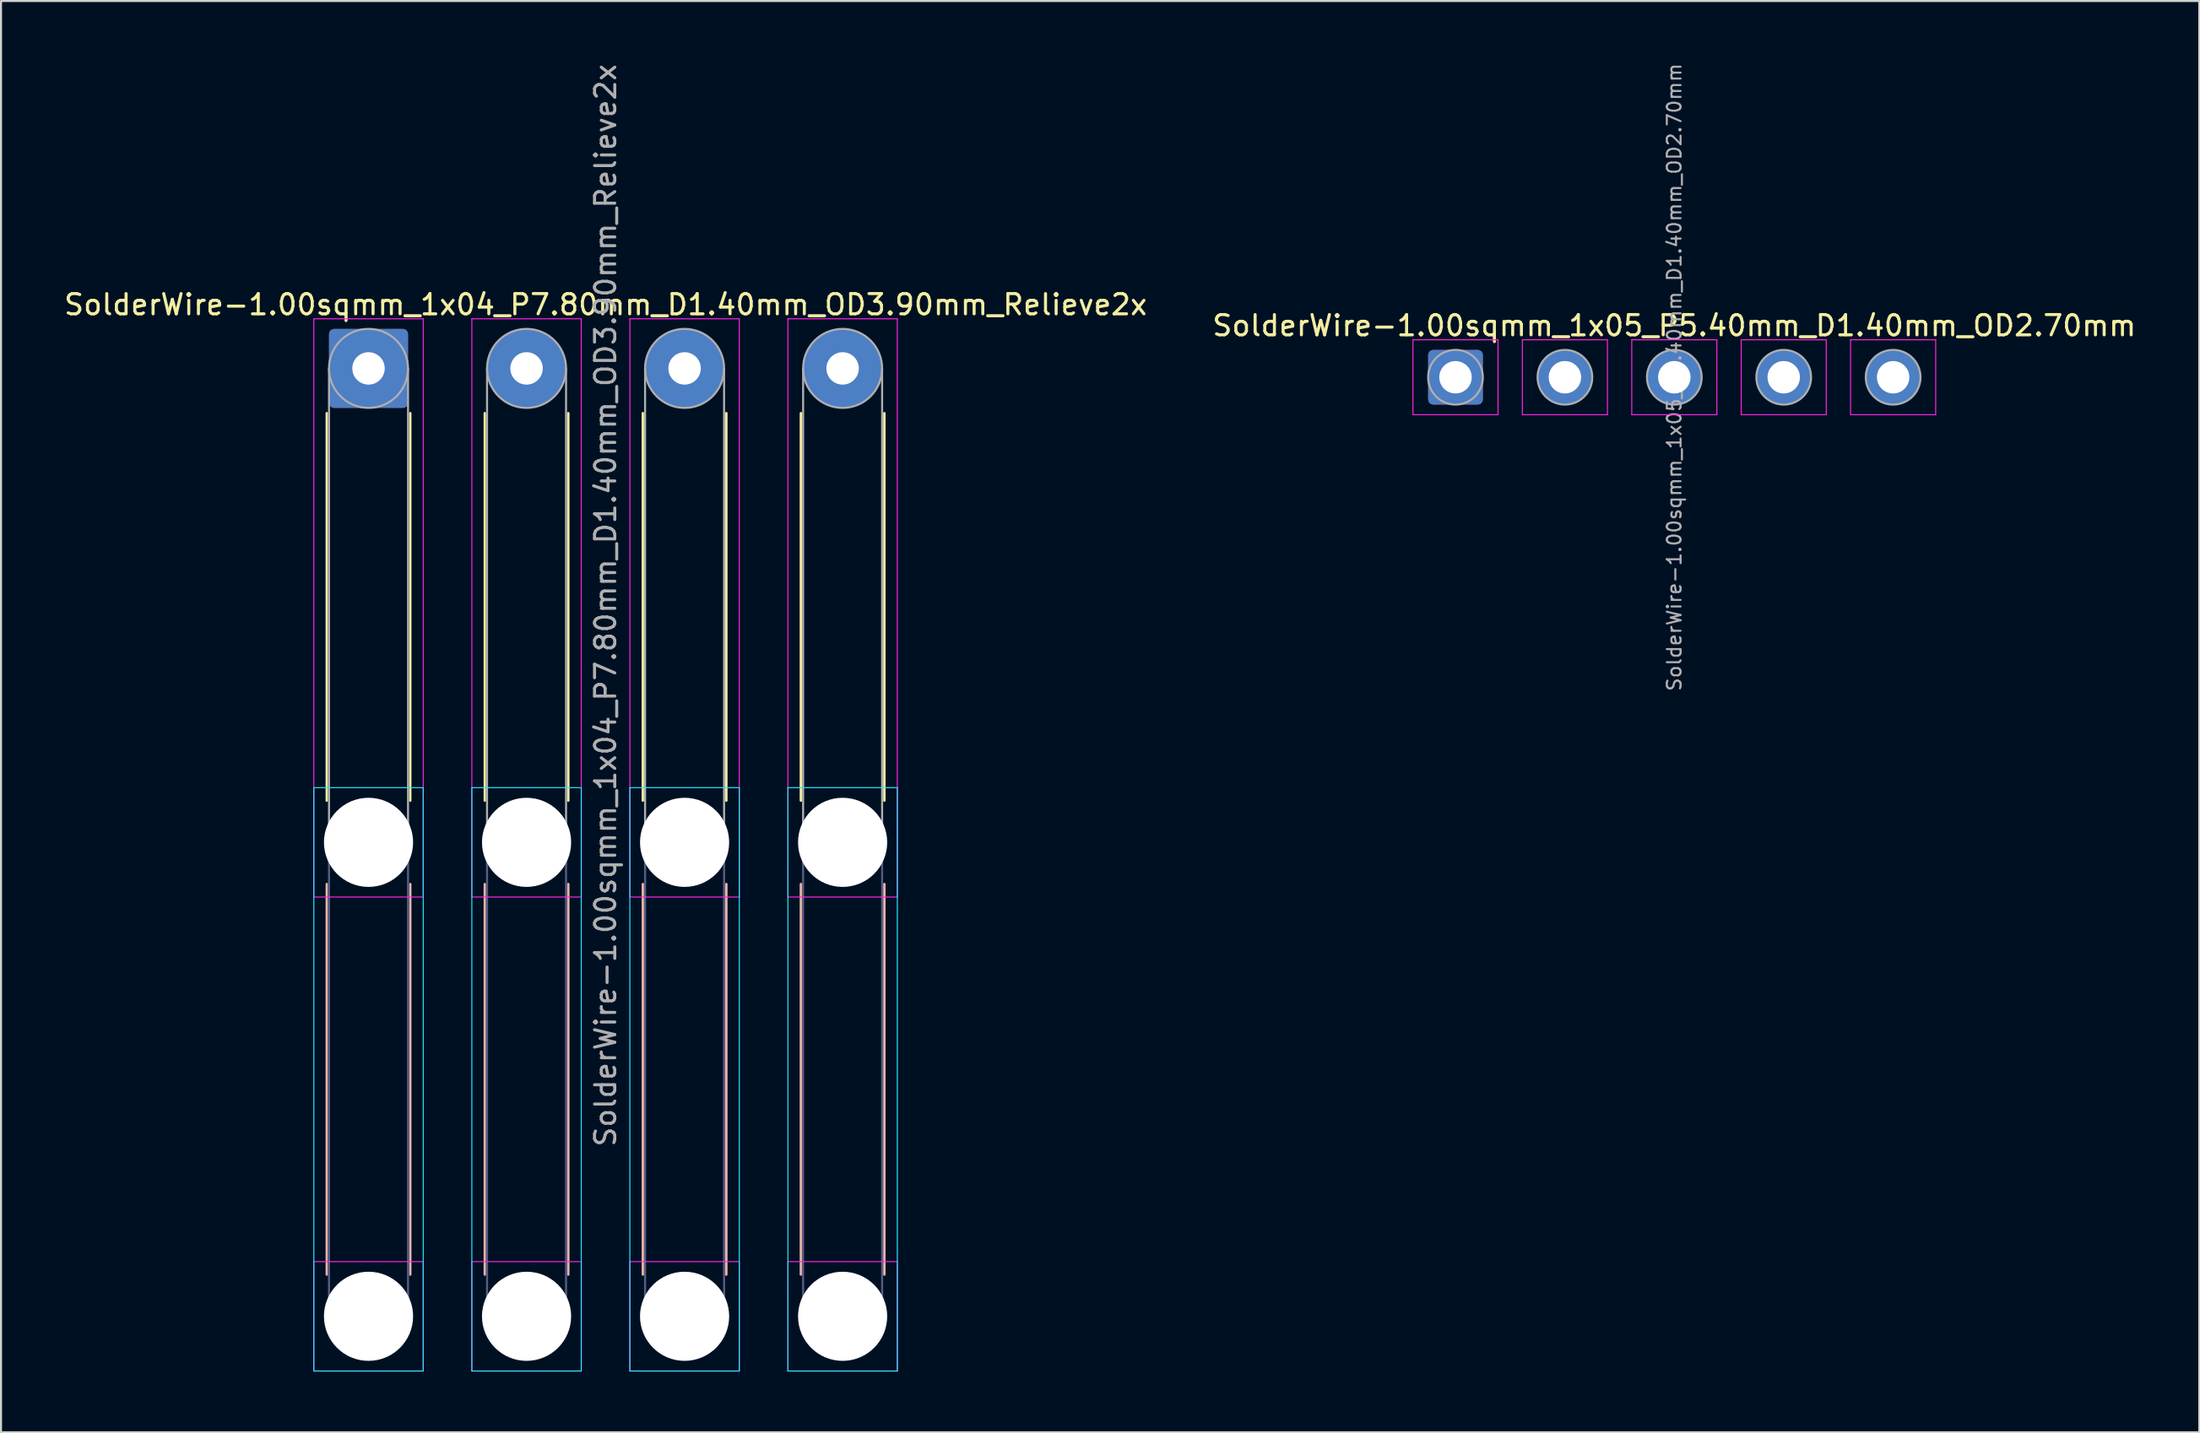
<source format=kicad_pcb>
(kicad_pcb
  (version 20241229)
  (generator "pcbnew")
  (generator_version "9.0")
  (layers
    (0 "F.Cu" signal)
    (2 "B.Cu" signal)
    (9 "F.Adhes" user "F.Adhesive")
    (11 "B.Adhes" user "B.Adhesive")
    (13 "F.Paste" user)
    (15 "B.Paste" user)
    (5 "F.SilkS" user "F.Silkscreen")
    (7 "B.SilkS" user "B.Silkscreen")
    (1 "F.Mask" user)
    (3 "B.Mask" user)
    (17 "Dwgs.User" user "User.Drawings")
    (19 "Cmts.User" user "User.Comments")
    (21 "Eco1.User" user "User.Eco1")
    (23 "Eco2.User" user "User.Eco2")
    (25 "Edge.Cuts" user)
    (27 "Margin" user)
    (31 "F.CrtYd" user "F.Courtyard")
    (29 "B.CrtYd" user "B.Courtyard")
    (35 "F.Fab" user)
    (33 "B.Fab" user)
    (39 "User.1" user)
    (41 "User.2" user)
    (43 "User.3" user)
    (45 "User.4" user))
  (footprint "SolderWire-1.00sqmm_1x05_P5.40mm_D1.40mm_OD2.70mm"
    (layer "F.Cu")
    (at 68.789 15.576)
    (property "Reference" "SolderWire-1.00sqmm_1x05_P5.40mm_D1.40mm_OD2.70mm" (at 10.8 -2.55 0) (layer "F.SilkS") (effects (font (size 1 1) (thickness 0.15))))
    (attr exclude_from_pos_files exclude_from_bom)
    (fp_line (start -2.1 -1.85) (end -2.1 1.85) (stroke (width 0.05) (type solid)) (layer "F.CrtYd"))
    (fp_line (start -2.1 1.85) (end 2.1 1.85) (stroke (width 0.05) (type solid)) (layer "F.CrtYd"))
    (fp_line (start 2.1 -1.85) (end -2.1 -1.85) (stroke (width 0.05) (type solid)) (layer "F.CrtYd"))
    (fp_line (start 2.1 1.85) (end 2.1 -1.85) (stroke (width 0.05) (type solid)) (layer "F.CrtYd"))
    (fp_line (start 3.3 -1.85) (end 3.3 1.85) (stroke (width 0.05) (type solid)) (layer "F.CrtYd"))
    (fp_line (start 3.3 1.85) (end 7.5 1.85) (stroke (width 0.05) (type solid)) (layer "F.CrtYd"))
    (fp_line (start 7.5 -1.85) (end 3.3 -1.85) (stroke (width 0.05) (type solid)) (layer "F.CrtYd"))
    (fp_line (start 7.5 1.85) (end 7.5 -1.85) (stroke (width 0.05) (type solid)) (layer "F.CrtYd"))
    (fp_line (start 8.7 -1.85) (end 8.7 1.85) (stroke (width 0.05) (type solid)) (layer "F.CrtYd"))
    (fp_line (start 8.7 1.85) (end 12.9 1.85) (stroke (width 0.05) (type solid)) (layer "F.CrtYd"))
    (fp_line (start 12.9 -1.85) (end 8.7 -1.85) (stroke (width 0.05) (type solid)) (layer "F.CrtYd"))
    (fp_line (start 12.9 1.85) (end 12.9 -1.85) (stroke (width 0.05) (type solid)) (layer "F.CrtYd"))
    (fp_line (start 14.1 -1.85) (end 14.1 1.85) (stroke (width 0.05) (type solid)) (layer "F.CrtYd"))
    (fp_line (start 14.1 1.85) (end 18.3 1.85) (stroke (width 0.05) (type solid)) (layer "F.CrtYd"))
    (fp_line (start 18.3 -1.85) (end 14.1 -1.85) (stroke (width 0.05) (type solid)) (layer "F.CrtYd"))
    (fp_line (start 18.3 1.85) (end 18.3 -1.85) (stroke (width 0.05) (type solid)) (layer "F.CrtYd"))
    (fp_line (start 19.5 -1.85) (end 19.5 1.85) (stroke (width 0.05) (type solid)) (layer "F.CrtYd"))
    (fp_line (start 19.5 1.85) (end 23.7 1.85) (stroke (width 0.05) (type solid)) (layer "F.CrtYd"))
    (fp_line (start 23.7 -1.85) (end 19.5 -1.85) (stroke (width 0.05) (type solid)) (layer "F.CrtYd"))
    (fp_line (start 23.7 1.85) (end 23.7 -1.85) (stroke (width 0.05) (type solid)) (layer "F.CrtYd"))
    (fp_circle (center 0 0) (end 1.35 0) (stroke (width 0.1) (type solid)) (fill no) (layer "F.Fab"))
    (fp_circle (center 5.4 0) (end 6.75 0) (stroke (width 0.1) (type solid)) (fill no) (layer "F.Fab"))
    (fp_circle (center 10.8 0) (end 12.15 0) (stroke (width 0.1) (type solid)) (fill no) (layer "F.Fab"))
    (fp_circle (center 16.2 0) (end 17.55 0) (stroke (width 0.1) (type solid)) (fill no) (layer "F.Fab"))
    (fp_circle (center 21.6 0) (end 22.95 0) (stroke (width 0.1) (type solid)) (fill no) (layer "F.Fab"))
    (fp_text user "${REFERENCE}" (at 10.8 0 90) (layer "F.Fab") (effects (font (size 0.68 0.68) (thickness 0.1))))
    (pad "1" thru_hole roundrect (at 0 0) (size 2.7 2.7) (drill 1.6) (layers "*.Cu" "*.Mask") (roundrect_rratio 0.093))
    (pad "2" thru_hole circle (at 5.4 0) (size 2.7 2.7) (drill 1.6) (layers "*.Cu" "*.Mask"))
    (pad "3" thru_hole circle (at 10.8 0) (size 2.7 2.7) (drill 1.6) (layers "*.Cu" "*.Mask"))
    (pad "4" thru_hole circle (at 16.2 0) (size 2.7 2.7) (drill 1.6) (layers "*.Cu" "*.Mask"))
    (pad "5" thru_hole circle (at 21.6 0) (size 2.7 2.7) (drill 1.6) (layers "*.Cu" "*.Mask")))
  (footprint "SolderWire-1.00sqmm_1x04_P7.80mm_D1.40mm_OD3.90mm_Relieve2x"
    (layer "F.Cu")
    (at 15.139 15.139)
    (property "Reference" "SolderWire-1.00sqmm_1x04_P7.80mm_D1.40mm_OD3.90mm_Relieve2x" (at 11.7 -3.15 0) (layer "F.SilkS") (effects (font (size 1 1) (thickness 0.15))))
    (attr exclude_from_pos_files exclude_from_bom)
    (fp_line (start -2.06 2.21) (end -2.06 21.34) (stroke (width 0.12) (type solid)) (layer "F.SilkS"))
    (fp_line (start 2.06 2.21) (end 2.06 21.34) (stroke (width 0.12) (type solid)) (layer "F.SilkS"))
    (fp_line (start 5.74 2.21) (end 5.74 21.34) (stroke (width 0.12) (type solid)) (layer "F.SilkS"))
    (fp_line (start 9.86 2.21) (end 9.86 21.34) (stroke (width 0.12) (type solid)) (layer "F.SilkS"))
    (fp_line (start 13.54 2.21) (end 13.54 21.34) (stroke (width 0.12) (type solid)) (layer "F.SilkS"))
    (fp_line (start 17.66 2.21) (end 17.66 21.34) (stroke (width 0.12) (type solid)) (layer "F.SilkS"))
    (fp_line (start 21.34 2.21) (end 21.34 21.34) (stroke (width 0.12) (type solid)) (layer "F.SilkS"))
    (fp_line (start 25.46 2.21) (end 25.46 21.34) (stroke (width 0.12) (type solid)) (layer "F.SilkS"))
    (fp_line (start -2.06 25.46) (end -2.06 44.74) (stroke (width 0.12) (type solid)) (layer "B.SilkS"))
    (fp_line (start 2.06 25.46) (end 2.06 44.74) (stroke (width 0.12) (type solid)) (layer "B.SilkS"))
    (fp_line (start 5.74 25.46) (end 5.74 44.74) (stroke (width 0.12) (type solid)) (layer "B.SilkS"))
    (fp_line (start 9.86 25.46) (end 9.86 44.74) (stroke (width 0.12) (type solid)) (layer "B.SilkS"))
    (fp_line (start 13.54 25.46) (end 13.54 44.74) (stroke (width 0.12) (type solid)) (layer "B.SilkS"))
    (fp_line (start 17.66 25.46) (end 17.66 44.74) (stroke (width 0.12) (type solid)) (layer "B.SilkS"))
    (fp_line (start 21.34 25.46) (end 21.34 44.74) (stroke (width 0.12) (type solid)) (layer "B.SilkS"))
    (fp_line (start 25.46 25.46) (end 25.46 44.74) (stroke (width 0.12) (type solid)) (layer "B.SilkS"))
    (fp_line (start -2.7 20.7) (end -2.7 49.5) (stroke (width 0.05) (type solid)) (layer "B.CrtYd"))
    (fp_line (start -2.7 49.5) (end 2.7 49.5) (stroke (width 0.05) (type solid)) (layer "B.CrtYd"))
    (fp_line (start 2.7 20.7) (end -2.7 20.7) (stroke (width 0.05) (type solid)) (layer "B.CrtYd"))
    (fp_line (start 2.7 49.5) (end 2.7 20.7) (stroke (width 0.05) (type solid)) (layer "B.CrtYd"))
    (fp_line (start 5.1 20.7) (end 5.1 49.5) (stroke (width 0.05) (type solid)) (layer "B.CrtYd"))
    (fp_line (start 5.1 49.5) (end 10.5 49.5) (stroke (width 0.05) (type solid)) (layer "B.CrtYd"))
    (fp_line (start 10.5 20.7) (end 5.1 20.7) (stroke (width 0.05) (type solid)) (layer "B.CrtYd"))
    (fp_line (start 10.5 49.5) (end 10.5 20.7) (stroke (width 0.05) (type solid)) (layer "B.CrtYd"))
    (fp_line (start 12.9 20.7) (end 12.9 49.5) (stroke (width 0.05) (type solid)) (layer "B.CrtYd"))
    (fp_line (start 12.9 49.5) (end 18.3 49.5) (stroke (width 0.05) (type solid)) (layer "B.CrtYd"))
    (fp_line (start 18.3 20.7) (end 12.9 20.7) (stroke (width 0.05) (type solid)) (layer "B.CrtYd"))
    (fp_line (start 18.3 49.5) (end 18.3 20.7) (stroke (width 0.05) (type solid)) (layer "B.CrtYd"))
    (fp_line (start 20.7 20.7) (end 20.7 49.5) (stroke (width 0.05) (type solid)) (layer "B.CrtYd"))
    (fp_line (start 20.7 49.5) (end 26.1 49.5) (stroke (width 0.05) (type solid)) (layer "B.CrtYd"))
    (fp_line (start 26.1 20.7) (end 20.7 20.7) (stroke (width 0.05) (type solid)) (layer "B.CrtYd"))
    (fp_line (start 26.1 49.5) (end 26.1 20.7) (stroke (width 0.05) (type solid)) (layer "B.CrtYd"))
    (fp_line (start -2.7 -2.45) (end -2.7 26.1) (stroke (width 0.05) (type solid)) (layer "F.CrtYd"))
    (fp_line (start -2.7 26.1) (end 2.7 26.1) (stroke (width 0.05) (type solid)) (layer "F.CrtYd"))
    (fp_line (start -2.7 44.1) (end -2.7 49.5) (stroke (width 0.05) (type solid)) (layer "F.CrtYd"))
    (fp_line (start -2.7 49.5) (end 2.7 49.5) (stroke (width 0.05) (type solid)) (layer "F.CrtYd"))
    (fp_line (start 2.7 -2.45) (end -2.7 -2.45) (stroke (width 0.05) (type solid)) (layer "F.CrtYd"))
    (fp_line (start 2.7 26.1) (end 2.7 -2.45) (stroke (width 0.05) (type solid)) (layer "F.CrtYd"))
    (fp_line (start 2.7 44.1) (end -2.7 44.1) (stroke (width 0.05) (type solid)) (layer "F.CrtYd"))
    (fp_line (start 2.7 49.5) (end 2.7 44.1) (stroke (width 0.05) (type solid)) (layer "F.CrtYd"))
    (fp_line (start 5.1 -2.45) (end 5.1 26.1) (stroke (width 0.05) (type solid)) (layer "F.CrtYd"))
    (fp_line (start 5.1 26.1) (end 10.5 26.1) (stroke (width 0.05) (type solid)) (layer "F.CrtYd"))
    (fp_line (start 5.1 44.1) (end 5.1 49.5) (stroke (width 0.05) (type solid)) (layer "F.CrtYd"))
    (fp_line (start 5.1 49.5) (end 10.5 49.5) (stroke (width 0.05) (type solid)) (layer "F.CrtYd"))
    (fp_line (start 10.5 -2.45) (end 5.1 -2.45) (stroke (width 0.05) (type solid)) (layer "F.CrtYd"))
    (fp_line (start 10.5 26.1) (end 10.5 -2.45) (stroke (width 0.05) (type solid)) (layer "F.CrtYd"))
    (fp_line (start 10.5 44.1) (end 5.1 44.1) (stroke (width 0.05) (type solid)) (layer "F.CrtYd"))
    (fp_line (start 10.5 49.5) (end 10.5 44.1) (stroke (width 0.05) (type solid)) (layer "F.CrtYd"))
    (fp_line (start 12.9 -2.45) (end 12.9 26.1) (stroke (width 0.05) (type solid)) (layer "F.CrtYd"))
    (fp_line (start 12.9 26.1) (end 18.3 26.1) (stroke (width 0.05) (type solid)) (layer "F.CrtYd"))
    (fp_line (start 12.9 44.1) (end 12.9 49.5) (stroke (width 0.05) (type solid)) (layer "F.CrtYd"))
    (fp_line (start 12.9 49.5) (end 18.3 49.5) (stroke (width 0.05) (type solid)) (layer "F.CrtYd"))
    (fp_line (start 18.3 -2.45) (end 12.9 -2.45) (stroke (width 0.05) (type solid)) (layer "F.CrtYd"))
    (fp_line (start 18.3 26.1) (end 18.3 -2.45) (stroke (width 0.05) (type solid)) (layer "F.CrtYd"))
    (fp_line (start 18.3 44.1) (end 12.9 44.1) (stroke (width 0.05) (type solid)) (layer "F.CrtYd"))
    (fp_line (start 18.3 49.5) (end 18.3 44.1) (stroke (width 0.05) (type solid)) (layer "F.CrtYd"))
    (fp_line (start 20.7 -2.45) (end 20.7 26.1) (stroke (width 0.05) (type solid)) (layer "F.CrtYd"))
    (fp_line (start 20.7 26.1) (end 26.1 26.1) (stroke (width 0.05) (type solid)) (layer "F.CrtYd"))
    (fp_line (start 20.7 44.1) (end 20.7 49.5) (stroke (width 0.05) (type solid)) (layer "F.CrtYd"))
    (fp_line (start 20.7 49.5) (end 26.1 49.5) (stroke (width 0.05) (type solid)) (layer "F.CrtYd"))
    (fp_line (start 26.1 -2.45) (end 20.7 -2.45) (stroke (width 0.05) (type solid)) (layer "F.CrtYd"))
    (fp_line (start 26.1 26.1) (end 26.1 -2.45) (stroke (width 0.05) (type solid)) (layer "F.CrtYd"))
    (fp_line (start 26.1 44.1) (end 20.7 44.1) (stroke (width 0.05) (type solid)) (layer "F.CrtYd"))
    (fp_line (start 26.1 49.5) (end 26.1 44.1) (stroke (width 0.05) (type solid)) (layer "F.CrtYd"))
    (fp_line (start -1.95 23.4) (end -1.95 46.8) (stroke (width 0.1) (type solid)) (layer "B.Fab"))
    (fp_line (start 1.95 23.4) (end 1.95 46.8) (stroke (width 0.1) (type solid)) (layer "B.Fab"))
    (fp_line (start 5.85 23.4) (end 5.85 46.8) (stroke (width 0.1) (type solid)) (layer "B.Fab"))
    (fp_line (start 9.75 23.4) (end 9.75 46.8) (stroke (width 0.1) (type solid)) (layer "B.Fab"))
    (fp_line (start 13.65 23.4) (end 13.65 46.8) (stroke (width 0.1) (type solid)) (layer "B.Fab"))
    (fp_line (start 17.55 23.4) (end 17.55 46.8) (stroke (width 0.1) (type solid)) (layer "B.Fab"))
    (fp_line (start 21.45 23.4) (end 21.45 46.8) (stroke (width 0.1) (type solid)) (layer "B.Fab"))
    (fp_line (start 25.35 23.4) (end 25.35 46.8) (stroke (width 0.1) (type solid)) (layer "B.Fab"))
    (fp_circle (center 0 23.4) (end 1.95 23.4) (stroke (width 0.1) (type solid)) (fill no) (layer "B.Fab"))
    (fp_circle (center 0 46.8) (end 1.95 46.8) (stroke (width 0.1) (type solid)) (fill no) (layer "B.Fab"))
    (fp_circle (center 7.8 23.4) (end 9.75 23.4) (stroke (width 0.1) (type solid)) (fill no) (layer "B.Fab"))
    (fp_circle (center 7.8 46.8) (end 9.75 46.8) (stroke (width 0.1) (type solid)) (fill no) (layer "B.Fab"))
    (fp_circle (center 15.6 23.4) (end 17.55 23.4) (stroke (width 0.1) (type solid)) (fill no) (layer "B.Fab"))
    (fp_circle (center 15.6 46.8) (end 17.55 46.8) (stroke (width 0.1) (type solid)) (fill no) (layer "B.Fab"))
    (fp_circle (center 23.4 23.4) (end 25.35 23.4) (stroke (width 0.1) (type solid)) (fill no) (layer "B.Fab"))
    (fp_circle (center 23.4 46.8) (end 25.35 46.8) (stroke (width 0.1) (type solid)) (fill no) (layer "B.Fab"))
    (fp_line (start -1.95 0) (end -1.95 23.4) (stroke (width 0.1) (type solid)) (layer "F.Fab"))
    (fp_line (start 1.95 0) (end 1.95 23.4) (stroke (width 0.1) (type solid)) (layer "F.Fab"))
    (fp_line (start 5.85 0) (end 5.85 23.4) (stroke (width 0.1) (type solid)) (layer "F.Fab"))
    (fp_line (start 9.75 0) (end 9.75 23.4) (stroke (width 0.1) (type solid)) (layer "F.Fab"))
    (fp_line (start 13.65 0) (end 13.65 23.4) (stroke (width 0.1) (type solid)) (layer "F.Fab"))
    (fp_line (start 17.55 0) (end 17.55 23.4) (stroke (width 0.1) (type solid)) (layer "F.Fab"))
    (fp_line (start 21.45 0) (end 21.45 23.4) (stroke (width 0.1) (type solid)) (layer "F.Fab"))
    (fp_line (start 25.35 0) (end 25.35 23.4) (stroke (width 0.1) (type solid)) (layer "F.Fab"))
    (fp_circle (center 0 0) (end 1.95 0) (stroke (width 0.1) (type solid)) (fill no) (layer "F.Fab"))
    (fp_circle (center 0 23.4) (end 1.95 23.4) (stroke (width 0.1) (type solid)) (fill no) (layer "F.Fab"))
    (fp_circle (center 0 46.8) (end 1.95 46.8) (stroke (width 0.1) (type solid)) (fill no) (layer "F.Fab"))
    (fp_circle (center 7.8 0) (end 9.75 0) (stroke (width 0.1) (type solid)) (fill no) (layer "F.Fab"))
    (fp_circle (center 7.8 23.4) (end 9.75 23.4) (stroke (width 0.1) (type solid)) (fill no) (layer "F.Fab"))
    (fp_circle (center 7.8 46.8) (end 9.75 46.8) (stroke (width 0.1) (type solid)) (fill no) (layer "F.Fab"))
    (fp_circle (center 15.6 0) (end 17.55 0) (stroke (width 0.1) (type solid)) (fill no) (layer "F.Fab"))
    (fp_circle (center 15.6 23.4) (end 17.55 23.4) (stroke (width 0.1) (type solid)) (fill no) (layer "F.Fab"))
    (fp_circle (center 15.6 46.8) (end 17.55 46.8) (stroke (width 0.1) (type solid)) (fill no) (layer "F.Fab"))
    (fp_circle (center 23.4 0) (end 25.35 0) (stroke (width 0.1) (type solid)) (fill no) (layer "F.Fab"))
    (fp_circle (center 23.4 23.4) (end 25.35 23.4) (stroke (width 0.1) (type solid)) (fill no) (layer "F.Fab"))
    (fp_circle (center 23.4 46.8) (end 25.35 46.8) (stroke (width 0.1) (type solid)) (fill no) (layer "F.Fab"))
    (fp_text user "${REFERENCE}" (at 11.7 11.7 90) (layer "F.Fab") (effects (font (size 1 1) (thickness 0.15))))
    (pad "" np_thru_hole circle (at 0 23.4) (size 4.4 4.4) (drill 4.4) (layers "*.Cu" "*.Mask"))
    (pad "" np_thru_hole circle (at 0 46.8) (size 4.4 4.4) (drill 4.4) (layers "*.Cu" "*.Mask"))
    (pad "" np_thru_hole circle (at 7.8 23.4) (size 4.4 4.4) (drill 4.4) (layers "*.Cu" "*.Mask"))
    (pad "" np_thru_hole circle (at 7.8 46.8) (size 4.4 4.4) (drill 4.4) (layers "*.Cu" "*.Mask"))
    (pad "" np_thru_hole circle (at 15.6 23.4) (size 4.4 4.4) (drill 4.4) (layers "*.Cu" "*.Mask"))
    (pad "" np_thru_hole circle (at 15.6 46.8) (size 4.4 4.4) (drill 4.4) (layers "*.Cu" "*.Mask"))
    (pad "" np_thru_hole circle (at 23.4 23.4) (size 4.4 4.4) (drill 4.4) (layers "*.Cu" "*.Mask"))
    (pad "" np_thru_hole circle (at 23.4 46.8) (size 4.4 4.4) (drill 4.4) (layers "*.Cu" "*.Mask"))
    (pad "1" thru_hole roundrect (at 0 0) (size 3.9 3.9) (drill 1.6) (layers "*.Cu" "*.Mask") (roundrect_rratio 0.064))
    (pad "2" thru_hole circle (at 7.8 0) (size 3.9 3.9) (drill 1.6) (layers "*.Cu" "*.Mask"))
    (pad "3" thru_hole circle (at 15.6 0) (size 3.9 3.9) (drill 1.6) (layers "*.Cu" "*.Mask"))
    (pad "4" thru_hole circle (at 23.4 0) (size 3.9 3.9) (drill 1.6) (layers "*.Cu" "*.Mask")))
  (gr_rect
    (start -3 -3)
    (end 105.5 67.664)
    (stroke (width 0.1) (type default))
    (fill no)
    (layer "Edge.Cuts")))
</source>
